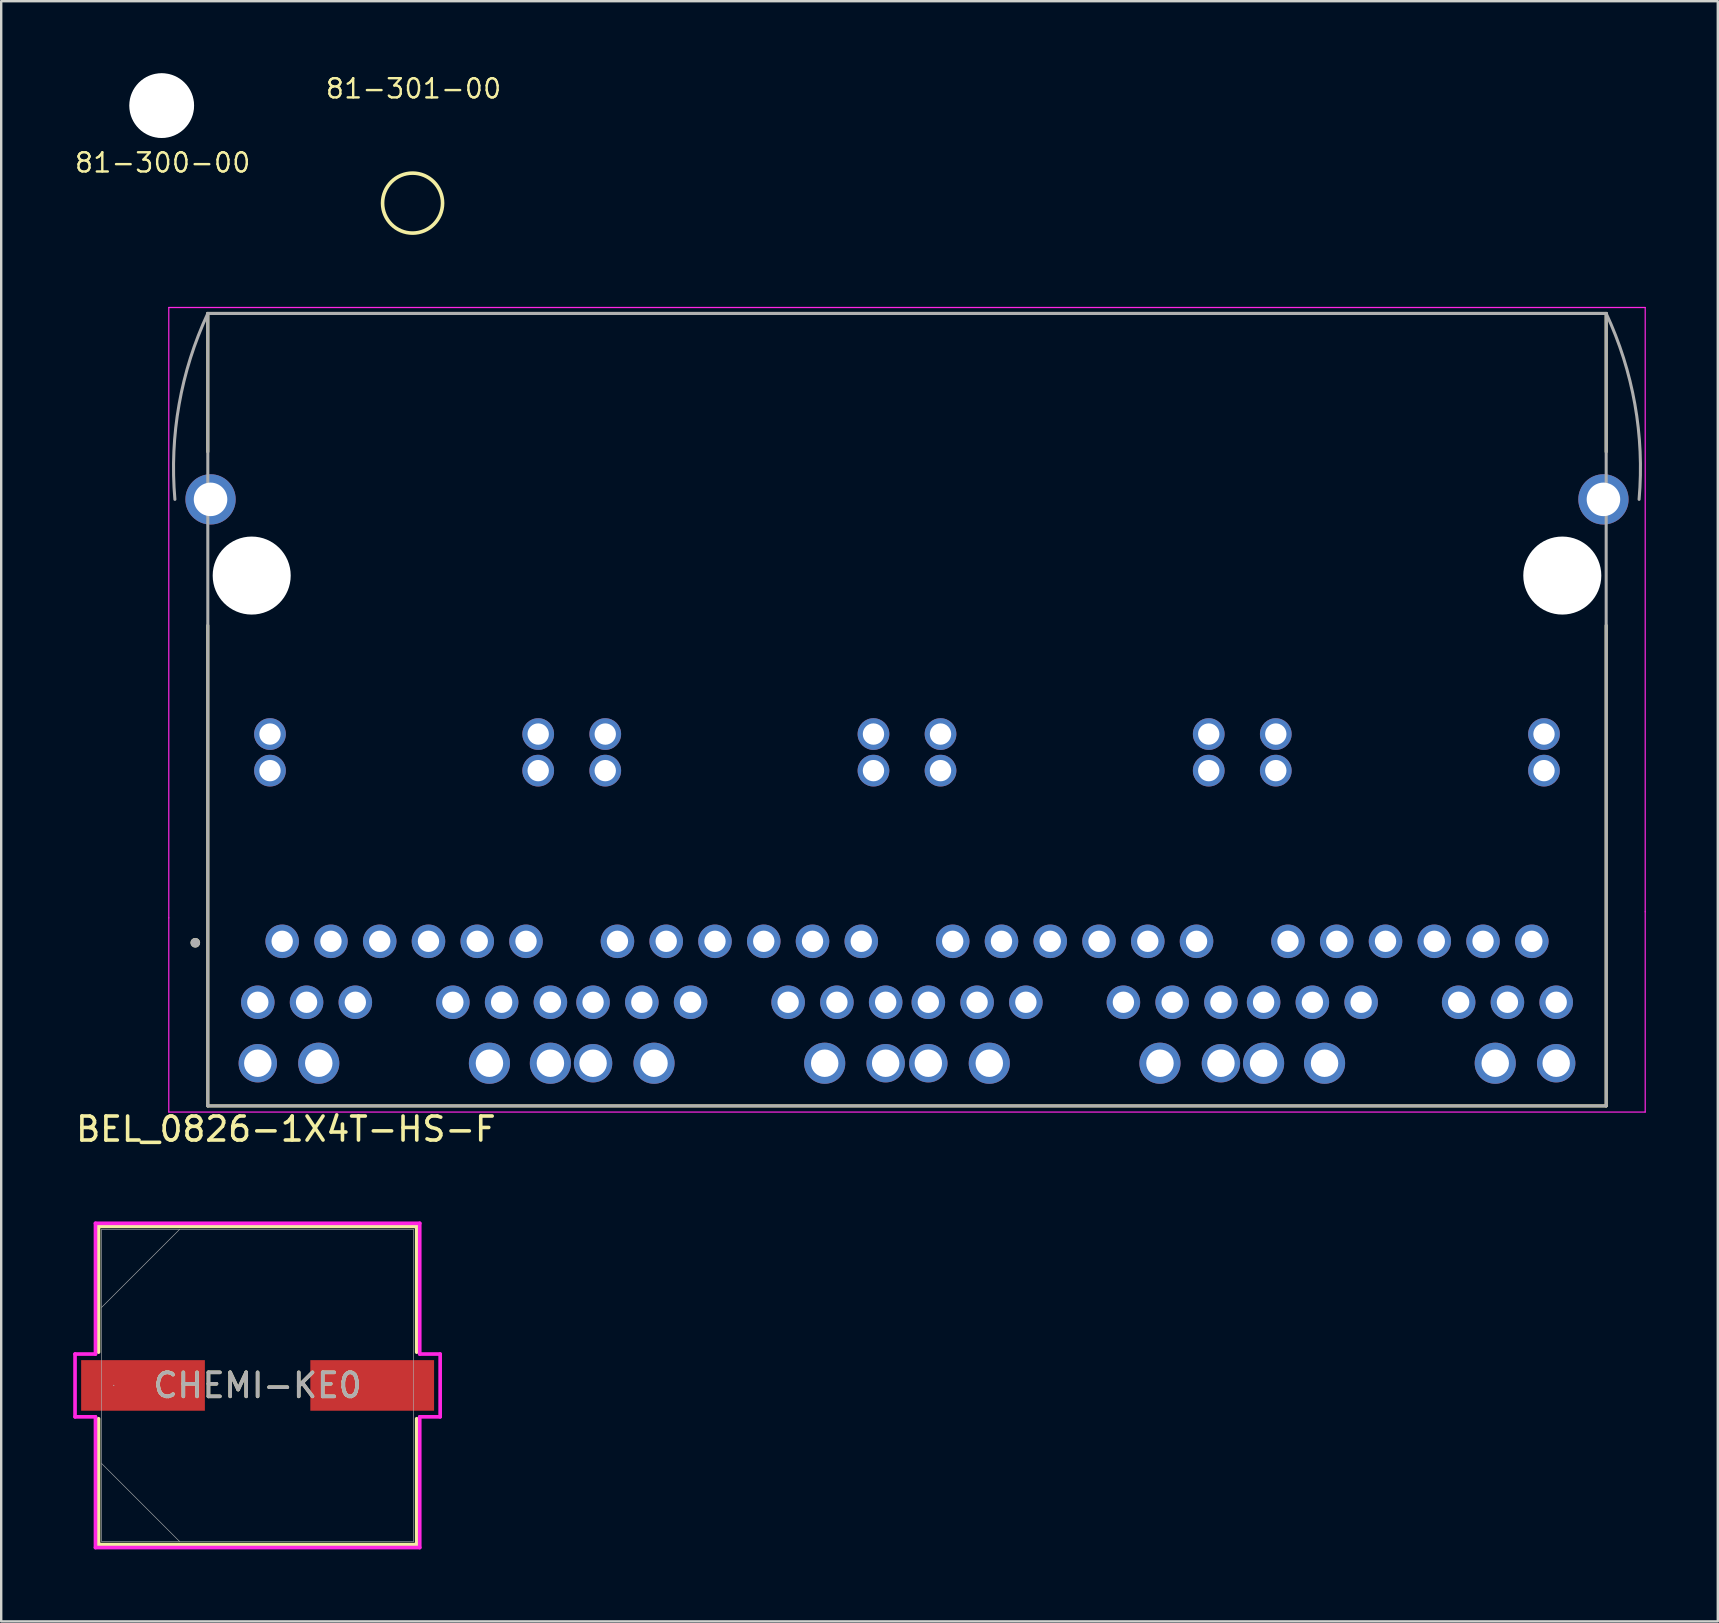
<source format=kicad_pcb>
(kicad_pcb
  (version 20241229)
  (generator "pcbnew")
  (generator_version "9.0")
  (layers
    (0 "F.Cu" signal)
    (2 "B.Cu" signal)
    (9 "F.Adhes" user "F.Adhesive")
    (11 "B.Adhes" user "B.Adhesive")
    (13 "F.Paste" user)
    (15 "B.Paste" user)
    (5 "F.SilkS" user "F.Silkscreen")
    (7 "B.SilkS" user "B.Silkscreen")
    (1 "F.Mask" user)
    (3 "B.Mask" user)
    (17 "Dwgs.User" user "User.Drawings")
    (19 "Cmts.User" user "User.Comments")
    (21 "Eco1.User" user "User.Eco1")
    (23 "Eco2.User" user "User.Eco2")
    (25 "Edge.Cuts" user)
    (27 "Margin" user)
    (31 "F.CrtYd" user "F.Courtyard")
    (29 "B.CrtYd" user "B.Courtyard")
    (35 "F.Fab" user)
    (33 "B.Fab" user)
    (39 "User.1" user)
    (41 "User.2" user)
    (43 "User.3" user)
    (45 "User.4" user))
  (footprint "81-301-00"
    (layer "F.Cu")
    (at 14.141 5.413)
    (property "Reference" "81-301-00" (at 0.04 -4.77 0) (layer "F.SilkS") (effects (font (size 0.8 0.8) (thickness 0.1))))
    (attr exclude_from_pos_files exclude_from_bom)
    (fp_circle (center 0 0) (end 1.25 0) (stroke (width 0.15) (type solid)) (fill no) (layer "F.SilkS")))
  (footprint "CHEMI-KE0"
    (layer "F.Cu")
    (at 7.684 54.679)
    (property "Reference" "CHEMI-KE0" (at 0 0 0) (unlocked yes) (layer "F.SilkS") (effects (font (size 1 1) (thickness 0.15))))
    (attr smd)
    (fp_line (start -6.629 -6.629) (end -6.629 -1.387) (stroke (width 0.152) (type solid)) (layer "F.SilkS"))
    (fp_line (start -6.629 1.387) (end -6.629 6.629) (stroke (width 0.152) (type solid)) (layer "F.SilkS"))
    (fp_line (start -6.629 6.629) (end 6.629 6.629) (stroke (width 0.152) (type solid)) (layer "F.SilkS"))
    (fp_line (start 6.629 -6.629) (end -6.629 -6.629) (stroke (width 0.152) (type solid)) (layer "F.SilkS"))
    (fp_line (start 6.629 -1.387) (end 6.629 -6.629) (stroke (width 0.152) (type solid)) (layer "F.SilkS"))
    (fp_line (start 6.629 6.629) (end 6.629 1.387) (stroke (width 0.152) (type solid)) (layer "F.SilkS"))
    (fp_line (start -7.607 -1.308) (end -6.756 -1.308) (stroke (width 0.152) (type solid)) (layer "F.CrtYd"))
    (fp_line (start -7.607 1.308) (end -7.607 -1.308) (stroke (width 0.152) (type solid)) (layer "F.CrtYd"))
    (fp_line (start -6.756 -6.756) (end 6.756 -6.756) (stroke (width 0.152) (type solid)) (layer "F.CrtYd"))
    (fp_line (start -6.756 -1.308) (end -6.756 -6.756) (stroke (width 0.152) (type solid)) (layer "F.CrtYd"))
    (fp_line (start -6.756 1.308) (end -7.607 1.308) (stroke (width 0.152) (type solid)) (layer "F.CrtYd"))
    (fp_line (start -6.756 6.756) (end -6.756 1.308) (stroke (width 0.152) (type solid)) (layer "F.CrtYd"))
    (fp_line (start 6.756 -6.756) (end 6.756 -1.308) (stroke (width 0.152) (type solid)) (layer "F.CrtYd"))
    (fp_line (start 6.756 -1.308) (end 7.607 -1.308) (stroke (width 0.152) (type solid)) (layer "F.CrtYd"))
    (fp_line (start 6.756 1.308) (end 6.756 6.756) (stroke (width 0.152) (type solid)) (layer "F.CrtYd"))
    (fp_line (start 6.756 6.756) (end -6.756 6.756) (stroke (width 0.152) (type solid)) (layer "F.CrtYd"))
    (fp_line (start 7.607 -1.308) (end 7.607 1.308) (stroke (width 0.152) (type solid)) (layer "F.CrtYd"))
    (fp_line (start 7.607 1.308) (end 6.756 1.308) (stroke (width 0.152) (type solid)) (layer "F.CrtYd"))
    (fp_line (start -6.502 -6.502) (end -6.502 6.502) (stroke (width 0.025) (type solid)) (layer "F.Fab"))
    (fp_line (start -6.502 -3.251) (end -3.251 -6.502) (stroke (width 0.025) (type solid)) (layer "F.Fab"))
    (fp_line (start -6.502 3.251) (end -3.251 6.502) (stroke (width 0.025) (type solid)) (layer "F.Fab"))
    (fp_line (start -6.502 6.502) (end 6.502 6.502) (stroke (width 0.025) (type solid)) (layer "F.Fab"))
    (fp_line (start 6.502 -6.502) (end -6.502 -6.502) (stroke (width 0.025) (type solid)) (layer "F.Fab"))
    (fp_line (start 6.502 6.502) (end 6.502 -6.502) (stroke (width 0.025) (type solid)) (layer "F.Fab"))
    (fp_circle (center -5.994 0) (end -5.994 0) (stroke (width 0.025) (type solid)) (fill no) (layer "F.Fab"))
    (fp_text user "${REFERENCE}" (at 0 0 0) (unlocked yes) (layer "F.Fab") (effects (font (size 1 1) (thickness 0.15))))
    (pad "1" smd rect (at -4.775 0) (size 5.156 2.108) (layers "F.Cu" "F.Mask" "F.Paste"))
    (pad "2" smd rect (at 4.775 0) (size 5.156 2.108) (layers "F.Cu" "F.Mask" "F.Paste"))
    (zone (net_name "") (layer "F.Cu") (hatch full 0.508) (connect_pads) (min_thickness 0.254) (filled_areas_thickness no) (keepout (tracks not_allowed) (vias not_allowed) (pads allowed) (copperpour not_allowed) (footprints allowed)) (placement (enabled no)) (fill) (polygon (pts (xy 1.232 48.228) (xy 14.135 48.228) (xy 14.135 53.574) (xy 1.232 53.574))))
    (zone (net_name "") (layer "F.Cu") (hatch full 0.508) (connect_pads) (min_thickness 0.254) (filled_areas_thickness no) (keepout (tracks not_allowed) (vias not_allowed) (pads allowed) (copperpour not_allowed) (footprints allowed)) (placement (enabled no)) (fill) (polygon (pts (xy 1.232 55.784) (xy 14.135 55.784) (xy 14.135 61.131) (xy 1.232 61.131))))
    (zone (net_name "") (layer "F.Cu") (hatch full 0.508) (connect_pads) (min_thickness 0.254) (filled_areas_thickness no) (keepout (tracks not_allowed) (vias not_allowed) (pads allowed) (copperpour not_allowed) (footprints allowed)) (placement (enabled no)) (fill) (polygon (pts (xy 5.537 53.574) (xy 9.83 53.574) (xy 9.83 55.784) (xy 5.537 55.784)))))
  (footprint "BEL_0826-1X4T-HS-F"
    (layer "F.Cu")
    (at 34.743 20.933)
    (property "Reference" "BEL_0826-1X4T-HS-F" (at -25.88 23.065 0) (layer "F.SilkS") (effects (font (size 1 1) (thickness 0.15))))
    (attr through_hole)
    (fp_line (start -29.134 -5.156) (end -29.134 -10.922) (stroke (width 0.127) (type solid)) (layer "F.SilkS"))
    (fp_line (start -29.134 22.098) (end -29.134 2.078) (stroke (width 0.127) (type solid)) (layer "F.SilkS"))
    (fp_line (start -29.134 22.098) (end 29.134 22.098) (stroke (width 0.127) (type solid)) (layer "F.SilkS"))
    (fp_line (start 29.134 -10.922) (end -29.134 -10.922) (stroke (width 0.127) (type solid)) (layer "F.SilkS"))
    (fp_line (start 29.134 -5.156) (end 29.134 -10.922) (stroke (width 0.127) (type solid)) (layer "F.SilkS"))
    (fp_line (start 29.134 22.098) (end 29.134 2.078) (stroke (width 0.127) (type solid)) (layer "F.SilkS"))
    (fp_circle (center -29.655 15.3) (end -29.555 15.3) (stroke (width 0.2) (type solid)) (fill no) (layer "F.SilkS"))
    (fp_line (start -30.76 -11.17) (end 30.76 -11.17) (stroke (width 0.05) (type solid)) (layer "F.CrtYd"))
    (fp_line (start -30.76 14.262) (end -30.76 -11.17) (stroke (width 0.05) (type solid)) (layer "F.CrtYd"))
    (fp_line (start -30.76 22.354) (end -30.76 14.262) (stroke (width 0.05) (type solid)) (layer "F.CrtYd"))
    (fp_line (start 30.76 -11.17) (end 30.76 14.008) (stroke (width 0.05) (type solid)) (layer "F.CrtYd"))
    (fp_line (start 30.76 14.008) (end 30.76 22.354) (stroke (width 0.05) (type solid)) (layer "F.CrtYd"))
    (fp_line (start 30.76 22.354) (end -30.76 22.354) (stroke (width 0.05) (type solid)) (layer "F.CrtYd"))
    (fp_line (start -29.134 -10.922) (end -29.134 22.098) (stroke (width 0.127) (type solid)) (layer "F.Fab"))
    (fp_line (start -29.134 22.098) (end 29.134 22.098) (stroke (width 0.127) (type solid)) (layer "F.Fab"))
    (fp_line (start 29.134 -10.922) (end -29.134 -10.922) (stroke (width 0.127) (type solid)) (layer "F.Fab"))
    (fp_line (start 29.134 22.098) (end 29.134 -10.922) (stroke (width 0.127) (type solid)) (layer "F.Fab"))
    (fp_arc (start -30.5054 -3.175) (mid -30.329556 -7.138787) (end -29.1338 -10.922) (stroke (width 0.127) (type solid)) (layer "F.Fab"))
    (fp_arc (start 29.1338 -10.922) (mid 30.329556 -7.138787) (end 30.5054 -3.175) (stroke (width 0.127) (type solid)) (layer "F.Fab"))
    (fp_circle (center -29.655 15.3) (end -29.555 15.3) (stroke (width 0.2) (type solid)) (fill no) (layer "F.Fab"))
    (pad "" np_thru_hole circle (at -27.305 0) (size 3.251 3.251) (drill 3.251) (layers "*.Cu" "*.Mask"))
    (pad "" np_thru_hole circle (at 27.305 0) (size 3.251 3.251) (drill 3.251) (layers "*.Cu" "*.Mask"))
    (pad "1_1" thru_hole circle (at -26.035 15.24) (size 1.397 1.397) (drill 0.889) (layers "*.Cu" "*.Mask"))
    (pad "1_2" thru_hole circle (at -12.065 15.24) (size 1.397 1.397) (drill 0.889) (layers "*.Cu" "*.Mask"))
    (pad "1_3" thru_hole circle (at 1.905 15.24) (size 1.397 1.397) (drill 0.889) (layers "*.Cu" "*.Mask"))
    (pad "1_4" thru_hole circle (at 15.875 15.24) (size 1.397 1.397) (drill 0.889) (layers "*.Cu" "*.Mask"))
    (pad "2_1" thru_hole circle (at -24.003 15.24) (size 1.397 1.397) (drill 0.889) (layers "*.Cu" "*.Mask"))
    (pad "2_2" thru_hole circle (at -10.033 15.24) (size 1.397 1.397) (drill 0.889) (layers "*.Cu" "*.Mask"))
    (pad "2_3" thru_hole circle (at 3.937 15.24) (size 1.397 1.397) (drill 0.889) (layers "*.Cu" "*.Mask"))
    (pad "2_4" thru_hole circle (at 17.907 15.24) (size 1.397 1.397) (drill 0.889) (layers "*.Cu" "*.Mask"))
    (pad "3_1" thru_hole circle (at -21.971 15.24) (size 1.397 1.397) (drill 0.889) (layers "*.Cu" "*.Mask"))
    (pad "3_2" thru_hole circle (at -8.001 15.24) (size 1.397 1.397) (drill 0.889) (layers "*.Cu" "*.Mask"))
    (pad "3_3" thru_hole circle (at 5.969 15.24) (size 1.397 1.397) (drill 0.889) (layers "*.Cu" "*.Mask"))
    (pad "3_4" thru_hole circle (at 19.939 15.24) (size 1.397 1.397) (drill 0.889) (layers "*.Cu" "*.Mask"))
    (pad "4_1" thru_hole circle (at -19.939 15.24) (size 1.397 1.397) (drill 0.889) (layers "*.Cu" "*.Mask"))
    (pad "4_2" thru_hole circle (at -5.969 15.24) (size 1.397 1.397) (drill 0.889) (layers "*.Cu" "*.Mask"))
    (pad "4_3" thru_hole circle (at 8.001 15.24) (size 1.397 1.397) (drill 0.889) (layers "*.Cu" "*.Mask"))
    (pad "4_4" thru_hole circle (at 21.971 15.24) (size 1.397 1.397) (drill 0.889) (layers "*.Cu" "*.Mask"))
    (pad "5_1" thru_hole circle (at -17.907 15.24) (size 1.397 1.397) (drill 0.889) (layers "*.Cu" "*.Mask"))
    (pad "5_2" thru_hole circle (at -3.937 15.24) (size 1.397 1.397) (drill 0.889) (layers "*.Cu" "*.Mask"))
    (pad "5_3" thru_hole circle (at 10.033 15.24) (size 1.397 1.397) (drill 0.889) (layers "*.Cu" "*.Mask"))
    (pad "5_4" thru_hole circle (at 24.003 15.24) (size 1.397 1.397) (drill 0.889) (layers "*.Cu" "*.Mask"))
    (pad "6_1" thru_hole circle (at -15.875 15.24) (size 1.397 1.397) (drill 0.889) (layers "*.Cu" "*.Mask"))
    (pad "6_2" thru_hole circle (at -1.905 15.24) (size 1.397 1.397) (drill 0.889) (layers "*.Cu" "*.Mask"))
    (pad "6_3" thru_hole circle (at 12.065 15.24) (size 1.397 1.397) (drill 0.889) (layers "*.Cu" "*.Mask"))
    (pad "6_4" thru_hole circle (at 26.035 15.24) (size 1.397 1.397) (drill 0.889) (layers "*.Cu" "*.Mask"))
    (pad "7_1" thru_hole circle (at -27.051 17.78) (size 1.397 1.397) (drill 0.889) (layers "*.Cu" "*.Mask"))
    (pad "7_2" thru_hole circle (at -13.081 17.78) (size 1.397 1.397) (drill 0.889) (layers "*.Cu" "*.Mask"))
    (pad "7_3" thru_hole circle (at 0.889 17.78) (size 1.397 1.397) (drill 0.889) (layers "*.Cu" "*.Mask"))
    (pad "7_4" thru_hole circle (at 14.859 17.78) (size 1.397 1.397) (drill 0.889) (layers "*.Cu" "*.Mask"))
    (pad "8_1" thru_hole circle (at -25.019 17.78) (size 1.397 1.397) (drill 0.889) (layers "*.Cu" "*.Mask"))
    (pad "8_2" thru_hole circle (at -11.049 17.78) (size 1.397 1.397) (drill 0.889) (layers "*.Cu" "*.Mask"))
    (pad "8_3" thru_hole circle (at 2.921 17.78) (size 1.397 1.397) (drill 0.889) (layers "*.Cu" "*.Mask"))
    (pad "8_4" thru_hole circle (at 16.891 17.78) (size 1.397 1.397) (drill 0.889) (layers "*.Cu" "*.Mask"))
    (pad "9_1" thru_hole circle (at -22.987 17.78) (size 1.397 1.397) (drill 0.889) (layers "*.Cu" "*.Mask"))
    (pad "9_2" thru_hole circle (at -9.017 17.78) (size 1.397 1.397) (drill 0.889) (layers "*.Cu" "*.Mask"))
    (pad "9_3" thru_hole circle (at 4.953 17.78) (size 1.397 1.397) (drill 0.889) (layers "*.Cu" "*.Mask"))
    (pad "9_4" thru_hole circle (at 18.923 17.78) (size 1.397 1.397) (drill 0.889) (layers "*.Cu" "*.Mask"))
    (pad "10_1" thru_hole circle (at -18.923 17.78) (size 1.397 1.397) (drill 0.889) (layers "*.Cu" "*.Mask"))
    (pad "10_2" thru_hole circle (at -4.953 17.78) (size 1.397 1.397) (drill 0.889) (layers "*.Cu" "*.Mask"))
    (pad "10_3" thru_hole circle (at 9.017 17.78) (size 1.397 1.397) (drill 0.889) (layers "*.Cu" "*.Mask"))
    (pad "10_4" thru_hole circle (at 22.987 17.78) (size 1.397 1.397) (drill 0.889) (layers "*.Cu" "*.Mask"))
    (pad "11_1" thru_hole circle (at -16.891 17.78) (size 1.397 1.397) (drill 0.889) (layers "*.Cu" "*.Mask"))
    (pad "11_2" thru_hole circle (at -2.921 17.78) (size 1.397 1.397) (drill 0.889) (layers "*.Cu" "*.Mask"))
    (pad "11_3" thru_hole circle (at 11.049 17.78) (size 1.397 1.397) (drill 0.889) (layers "*.Cu" "*.Mask"))
    (pad "11_4" thru_hole circle (at 25.019 17.78) (size 1.397 1.397) (drill 0.889) (layers "*.Cu" "*.Mask"))
    (pad "12_1" thru_hole circle (at -14.859 17.78) (size 1.397 1.397) (drill 0.889) (layers "*.Cu" "*.Mask"))
    (pad "12_2" thru_hole circle (at -0.889 17.78) (size 1.397 1.397) (drill 0.889) (layers "*.Cu" "*.Mask"))
    (pad "12_3" thru_hole circle (at 13.081 17.78) (size 1.397 1.397) (drill 0.889) (layers "*.Cu" "*.Mask"))
    (pad "12_4" thru_hole circle (at 27.051 17.78) (size 1.397 1.397) (drill 0.889) (layers "*.Cu" "*.Mask"))
    (pad "13_1" thru_hole circle (at -26.543 8.128) (size 1.321 1.321) (drill 0.889) (layers "*.Cu" "*.Mask"))
    (pad "13_2" thru_hole circle (at -12.573 8.128) (size 1.321 1.321) (drill 0.889) (layers "*.Cu" "*.Mask"))
    (pad "13_3" thru_hole circle (at 1.397 8.128) (size 1.321 1.321) (drill 0.889) (layers "*.Cu" "*.Mask"))
    (pad "13_4" thru_hole circle (at 15.367 8.128) (size 1.321 1.321) (drill 0.889) (layers "*.Cu" "*.Mask"))
    (pad "14_1" thru_hole circle (at -15.367 8.128) (size 1.321 1.321) (drill 0.889) (layers "*.Cu" "*.Mask"))
    (pad "14_2" thru_hole circle (at -1.397 8.128) (size 1.321 1.321) (drill 0.889) (layers "*.Cu" "*.Mask"))
    (pad "14_3" thru_hole circle (at 12.573 8.128) (size 1.321 1.321) (drill 0.889) (layers "*.Cu" "*.Mask"))
    (pad "14_4" thru_hole circle (at 26.543 8.128) (size 1.321 1.321) (drill 0.889) (layers "*.Cu" "*.Mask"))
    (pad "15_1" thru_hole circle (at -26.543 6.604) (size 1.321 1.321) (drill 0.889) (layers "*.Cu" "*.Mask"))
    (pad "15_2" thru_hole circle (at -12.573 6.604) (size 1.321 1.321) (drill 0.889) (layers "*.Cu" "*.Mask"))
    (pad "15_3" thru_hole circle (at 1.397 6.604) (size 1.321 1.321) (drill 0.889) (layers "*.Cu" "*.Mask"))
    (pad "15_4" thru_hole circle (at 15.367 6.604) (size 1.321 1.321) (drill 0.889) (layers "*.Cu" "*.Mask"))
    (pad "16_1" thru_hole circle (at -15.367 6.604) (size 1.321 1.321) (drill 0.889) (layers "*.Cu" "*.Mask"))
    (pad "16_2" thru_hole circle (at -1.397 6.604) (size 1.321 1.321) (drill 0.889) (layers "*.Cu" "*.Mask"))
    (pad "16_3" thru_hole circle (at 12.573 6.604) (size 1.321 1.321) (drill 0.889) (layers "*.Cu" "*.Mask"))
    (pad "16_4" thru_hole circle (at 26.543 6.604) (size 1.321 1.321) (drill 0.889) (layers "*.Cu" "*.Mask"))
    (pad "17_1" thru_hole circle (at -27.051 20.32) (size 1.6 1.6) (drill 1.143) (layers "*.Cu" "*.Mask"))
    (pad "17_2" thru_hole circle (at -13.081 20.32) (size 1.6 1.6) (drill 1.143) (layers "*.Cu" "*.Mask"))
    (pad "17_3" thru_hole circle (at 0.889 20.32) (size 1.6 1.6) (drill 1.143) (layers "*.Cu" "*.Mask"))
    (pad "17_4" thru_hole circle (at 14.859 20.32) (size 1.714 1.714) (drill 1.143) (layers "*.Cu" "*.Mask"))
    (pad "18_1" thru_hole circle (at -24.511 20.32) (size 1.714 1.714) (drill 1.143) (layers "*.Cu" "*.Mask"))
    (pad "18_2" thru_hole circle (at -10.541 20.32) (size 1.714 1.714) (drill 1.143) (layers "*.Cu" "*.Mask"))
    (pad "18_3" thru_hole circle (at 3.429 20.32) (size 1.714 1.714) (drill 1.143) (layers "*.Cu" "*.Mask"))
    (pad "18_4" thru_hole circle (at 17.399 20.32) (size 1.714 1.714) (drill 1.143) (layers "*.Cu" "*.Mask"))
    (pad "19_1" thru_hole circle (at -17.399 20.32) (size 1.714 1.714) (drill 1.143) (layers "*.Cu" "*.Mask"))
    (pad "19_2" thru_hole circle (at -3.429 20.32) (size 1.714 1.714) (drill 1.143) (layers "*.Cu" "*.Mask"))
    (pad "19_3" thru_hole circle (at 10.541 20.32) (size 1.714 1.714) (drill 1.143) (layers "*.Cu" "*.Mask"))
    (pad "19_4" thru_hole circle (at 24.511 20.32) (size 1.714 1.714) (drill 1.143) (layers "*.Cu" "*.Mask"))
    (pad "20_1" thru_hole circle (at -14.859 20.32) (size 1.714 1.714) (drill 1.143) (layers "*.Cu" "*.Mask"))
    (pad "20_2" thru_hole circle (at -0.889 20.32) (size 1.6 1.6) (drill 1.143) (layers "*.Cu" "*.Mask"))
    (pad "20_3" thru_hole circle (at 13.081 20.32) (size 1.6 1.6) (drill 1.143) (layers "*.Cu" "*.Mask"))
    (pad "20_4" thru_hole circle (at 27.051 20.32) (size 1.6 1.6) (drill 1.143) (layers "*.Cu" "*.Mask"))
    (pad "S1" thru_hole circle (at -29.02 -3.175) (size 2.095 2.095) (drill 1.397) (layers "*.Cu" "*.Mask"))
    (pad "S2" thru_hole circle (at 29.02 -3.175) (size 2.095 2.095) (drill 1.397) (layers "*.Cu" "*.Mask"))
    (zone (net_name "") (layer "F.Cu") (hatch full 0.508) (connect_pads) (min_thickness 0.01) (filled_areas_thickness no) (keepout (tracks not_allowed) (vias not_allowed) (pads not_allowed) (copperpour not_allowed) (footprints allowed)) (placement (enabled no)) (fill) (polygon (pts (xy 4.873 31.043) (xy 12.239 31.043) (xy 12.239 34.599) (xy 4.873 34.599))))
    (zone (net_name "") (layer "F.Cu") (hatch full 0.508) (connect_pads) (min_thickness 0.01) (filled_areas_thickness no) (keepout (tracks not_allowed) (vias not_allowed) (pads not_allowed) (copperpour not_allowed) (footprints allowed)) (placement (enabled no)) (fill) (polygon (pts (xy 57.247 31.043) (xy 64.613 31.043) (xy 64.613 34.599) (xy 57.247 34.599))))
    (zone (net_name "") (layer "F.Cu") (hatch full 0.508) (connect_pads) (min_thickness 0.01) (filled_areas_thickness no) (keepout (tracks not_allowed) (vias not_allowed) (pads not_allowed) (copperpour not_allowed) (footprints allowed)) (placement (enabled no)) (fill) (polygon (pts (xy 4.873 16.433) (xy 7.243 16.433) (xy 7.243 18.433) (xy 62.243 18.433) (xy 62.243 16.433) (xy 64.613 16.433) (xy 64.613 10.062) (xy 4.873 10.062))))
    (zone (net_name "") (layers "F.Cu" "B.Cu") (hatch full 0.508) (connect_pads) (min_thickness 0.01) (filled_areas_thickness no) (keepout (tracks allowed) (vias not_allowed) (pads allowed) (copperpour allowed) (footprints allowed)) (placement (enabled no)) (fill) (polygon (pts (xy 4.873 31.043) (xy 12.239 31.043) (xy 12.239 34.599) (xy 4.873 34.599))))
    (zone (net_name "") (layers "F.Cu" "B.Cu") (hatch full 0.508) (connect_pads) (min_thickness 0.01) (filled_areas_thickness no) (keepout (tracks allowed) (vias not_allowed) (pads allowed) (copperpour allowed) (footprints allowed)) (placement (enabled no)) (fill) (polygon (pts (xy 57.247 31.043) (xy 64.613 31.043) (xy 64.613 34.599) (xy 57.247 34.599)))))
  (footprint "81-300-00"
    (layer "F.Cu")
    (at 3.687 1.35)
    (property "Reference" "81-300-00" (at 0.04 2.38 0) (layer "F.SilkS") (effects (font (size 0.8 0.8) (thickness 0.1))))
    (attr exclude_from_pos_files exclude_from_bom)
    (fp_circle (center 0 0) (end 1.25 0) (stroke (width 0.15) (type solid)) (fill no) (layer "F.SilkS"))
    (pad "" np_thru_hole circle (at 0 0) (size 2.7 2.7) (drill 2.7) (layers "*.Cu" "*.Mask")))
  (gr_rect
    (start -3 -3)
    (end 68.528 64.512)
    (stroke (width 0.1) (type default))
    (fill no)
    (layer "Edge.Cuts")))
</source>
